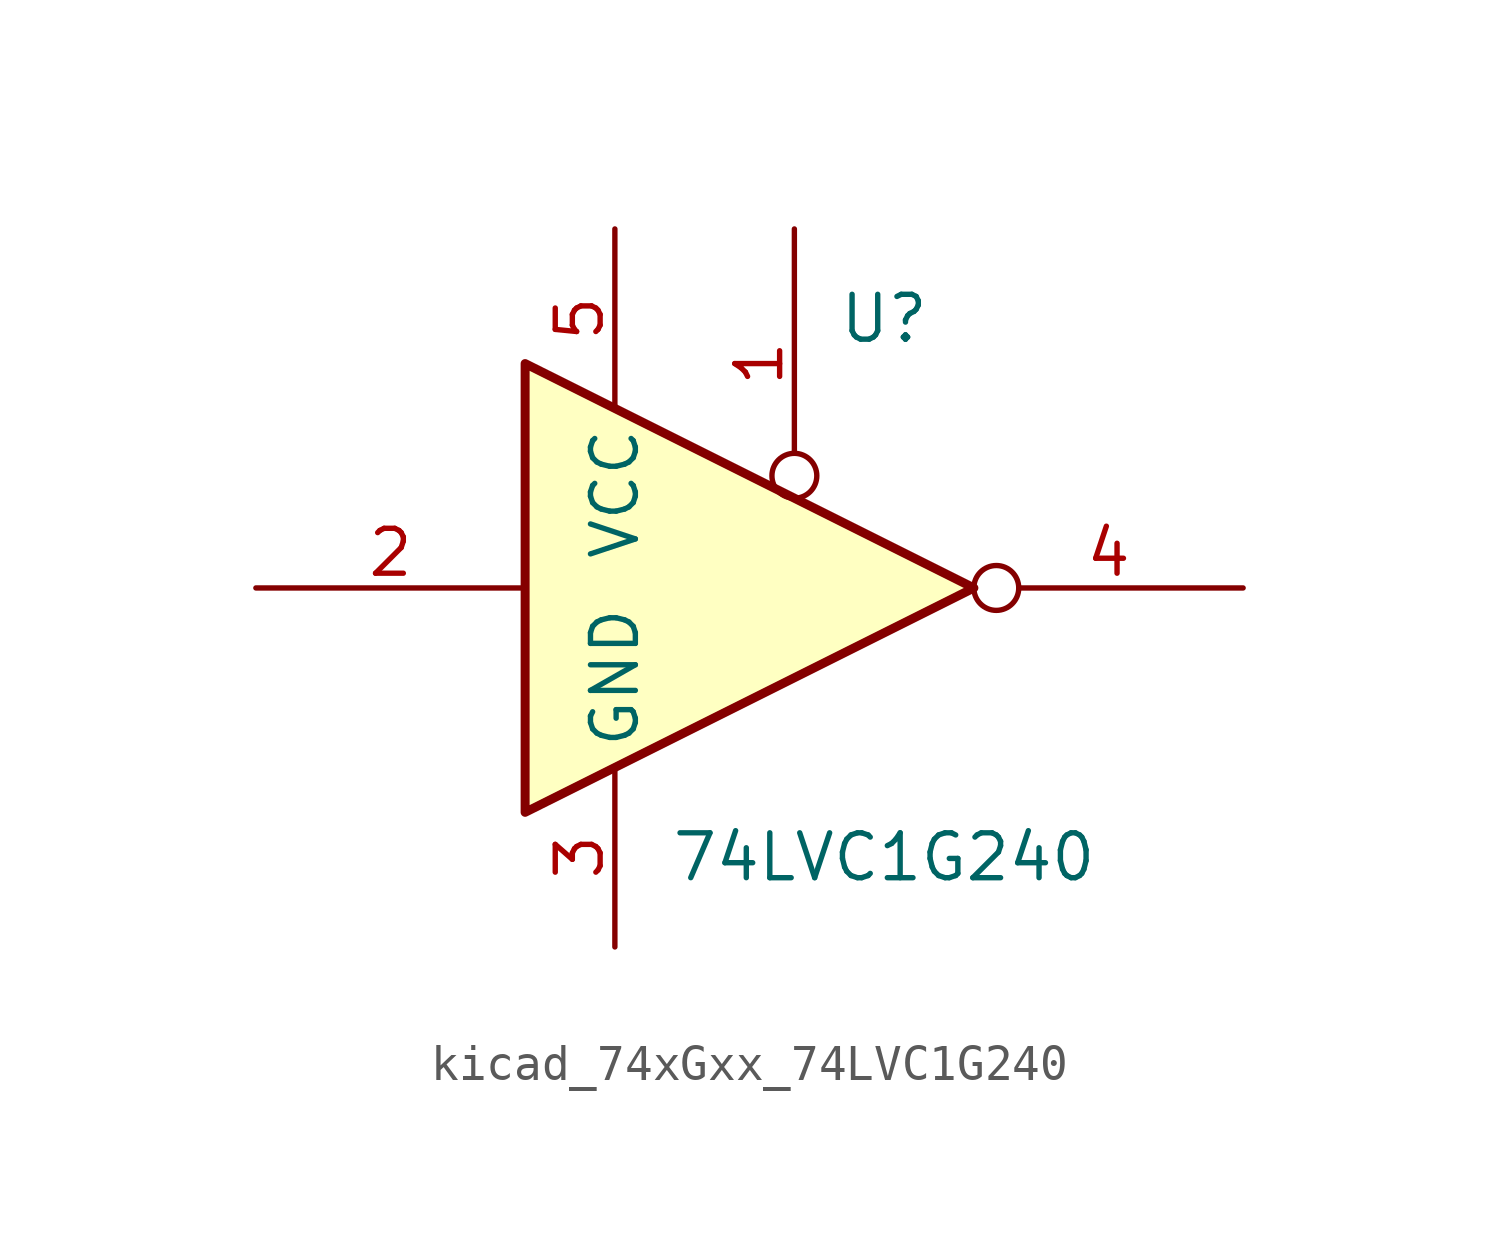
<source format=kicad_sym>
(kicad_symbol_lib
  (version 20220914)
  (generator kicad_symbol_editor)
  (symbol "kicad_74xGxx_74LVC1G240"
    (property "Reference" "U"
      (at 2.54 7.62 0)
      (effects (font (size 1.27 1.27))))
    (property "Value" "74LVC1G240"
      (at 2.54 -7.62 0)
      (effects (font (size 1.27 1.27))))
    (symbol "kicad_74xGxx_74LVC1G240_0_1"
      (polyline (pts (xy -7.62 6.35) (xy -7.62 -6.35) (xy 5.08 0) (xy -7.62 6.35)) (stroke (width 0.254) (type default)) (fill (type background))))
    (symbol "kicad_74xGxx_74LVC1G240_1_1"
      (pin input inverted (at 0 10.16 270) (length 7.62) (name "~" (effects (font (size 1.27 1.27)))) (number "1" (effects (font (size 1.27 1.27)))))
      (pin input line (at -15.24 0 0) (length 7.62) (name "~" (effects (font (size 1.27 1.27)))) (number "2" (effects (font (size 1.27 1.27)))))
      (pin power_in line (at -5.08 -10.16 90) (length 5.08) (name "GND" (effects (font (size 1.27 1.27)))) (number "3" (effects (font (size 1.27 1.27)))))
      (pin tri_state inverted (at 12.7 0 180) (length 7.62) (name "~" (effects (font (size 1.27 1.27)))) (number "4" (effects (font (size 1.27 1.27)))))
      (pin power_in line (at -5.08 10.16 270) (length 5.08) (name "VCC" (effects (font (size 1.27 1.27)))) (number "5" (effects (font (size 1.27 1.27))))))))
</source>
